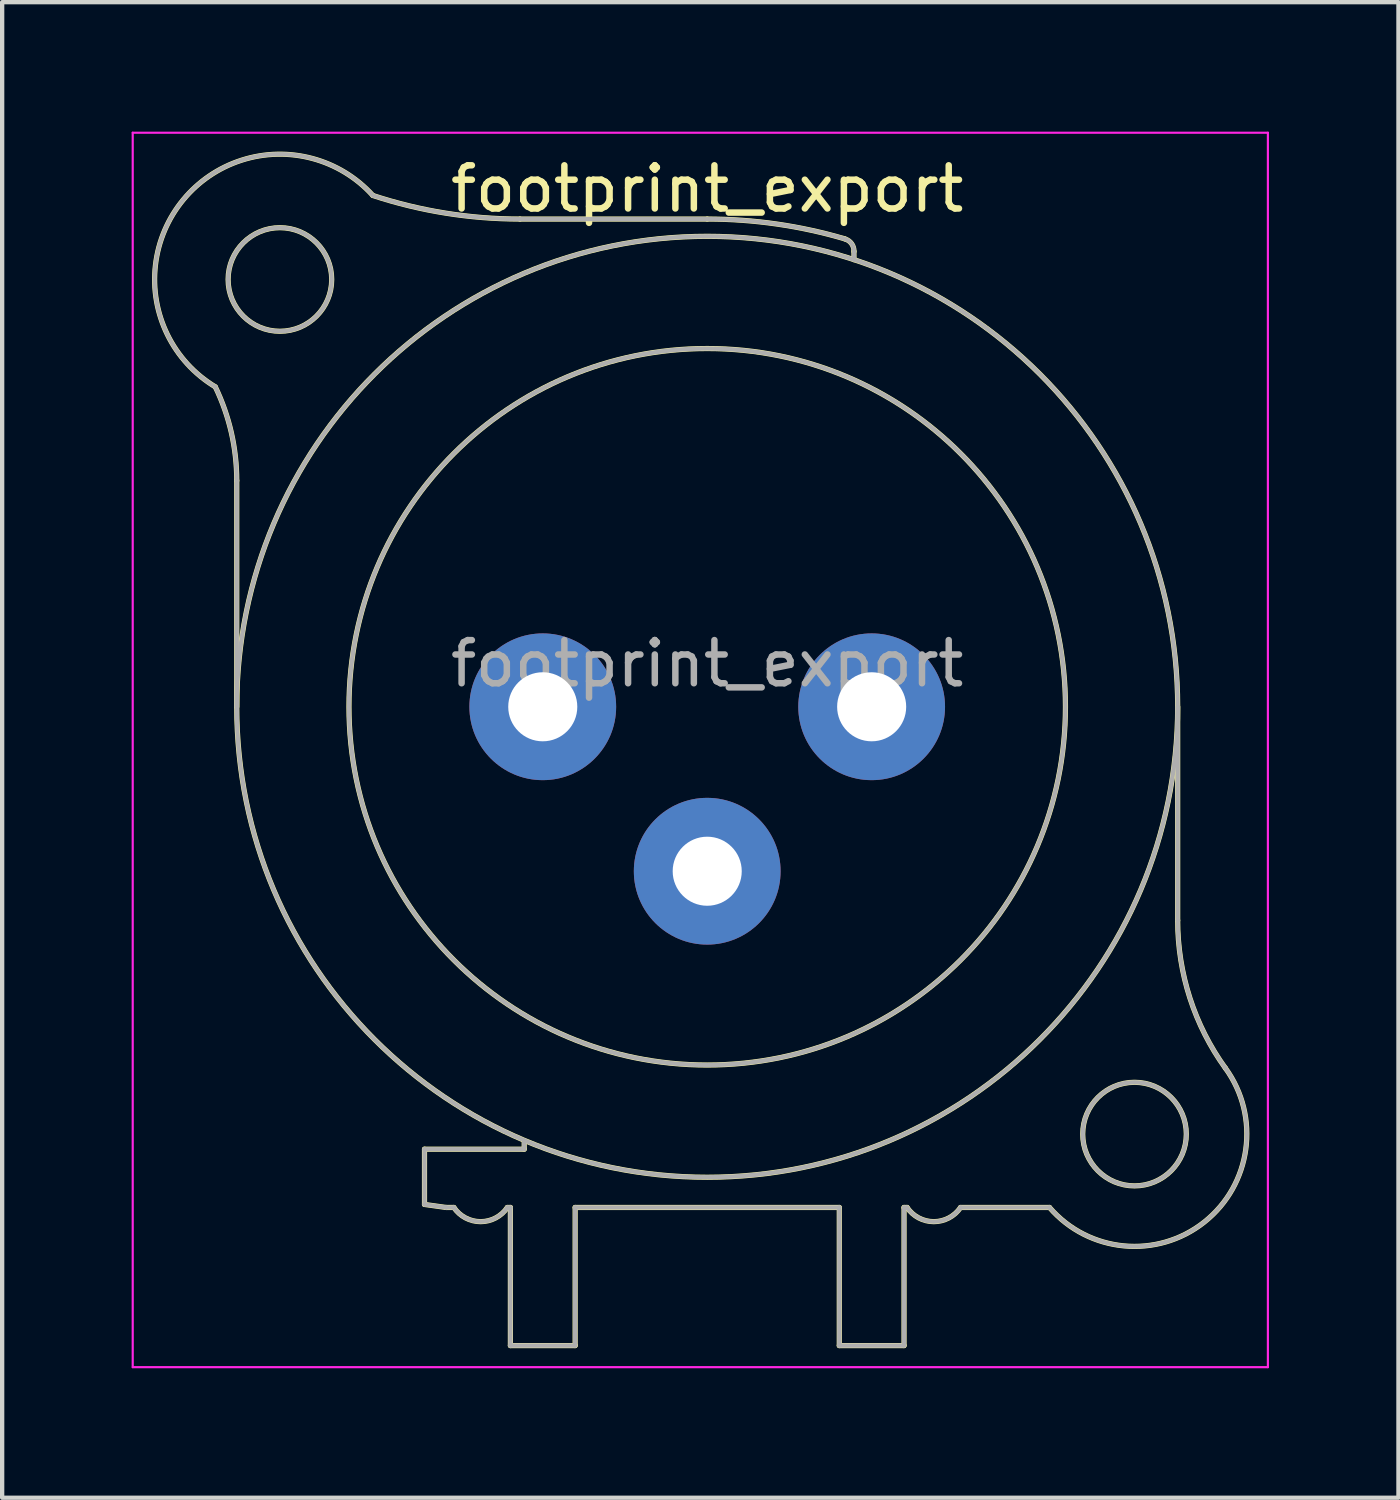
<source format=kicad_pcb>
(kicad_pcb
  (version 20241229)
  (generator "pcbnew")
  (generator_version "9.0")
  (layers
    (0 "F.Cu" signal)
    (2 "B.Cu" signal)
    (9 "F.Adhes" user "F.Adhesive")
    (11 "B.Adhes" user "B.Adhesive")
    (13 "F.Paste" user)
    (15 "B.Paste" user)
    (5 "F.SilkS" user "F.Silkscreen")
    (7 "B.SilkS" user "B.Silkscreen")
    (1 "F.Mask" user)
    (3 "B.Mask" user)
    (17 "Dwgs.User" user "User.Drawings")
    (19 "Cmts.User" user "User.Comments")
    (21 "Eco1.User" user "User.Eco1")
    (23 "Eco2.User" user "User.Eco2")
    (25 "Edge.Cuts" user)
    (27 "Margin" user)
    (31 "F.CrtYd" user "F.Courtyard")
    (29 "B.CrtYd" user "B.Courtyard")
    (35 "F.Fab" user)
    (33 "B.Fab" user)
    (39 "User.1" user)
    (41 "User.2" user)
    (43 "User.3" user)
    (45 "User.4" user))
  (footprint "footprint_export"
    (layer "F.Cu")
    (at 9.525 13.325)
    (property "Reference" "footprint_export" (at 3.81 -12 0) (layer "F.SilkS") (effects (font (size 1 1) (thickness 0.15))))
    (attr through_hole)
    (fp_line (start -7.09 -5.24) (end -7.09 0) (stroke (width 0.12) (type solid)) (layer "F.SilkS"))
    (fp_line (start -2.74 11.53) (end -2.74 10.25) (stroke (width 0.12) (type solid)) (layer "F.SilkS"))
    (fp_line (start -2.74 11.53) (end -2.24 11.6) (stroke (width 0.12) (type solid)) (layer "F.SilkS"))
    (fp_line (start -2.24 11.6) (end -2.06 11.6) (stroke (width 0.12) (type solid)) (layer "F.SilkS"))
    (fp_line (start -0.75 11.6) (end -0.82 11.6) (stroke (width 0.12) (type solid)) (layer "F.SilkS"))
    (fp_line (start -0.75 11.6) (end -0.75 14.8) (stroke (width 0.12) (type solid)) (layer "F.SilkS"))
    (fp_line (start -0.43 10.25) (end -2.74 10.25) (stroke (width 0.12) (type solid)) (layer "F.SilkS"))
    (fp_line (start -0.43 10.25) (end -0.43 10.05) (stroke (width 0.12) (type solid)) (layer "F.SilkS"))
    (fp_line (start 0.75 11.6) (end 0.75 14.8) (stroke (width 0.12) (type solid)) (layer "F.SilkS"))
    (fp_line (start 0.75 11.6) (end 6.87 11.6) (stroke (width 0.12) (type solid)) (layer "F.SilkS"))
    (fp_line (start 0.75 14.8) (end -0.75 14.8) (stroke (width 0.12) (type solid)) (layer "F.SilkS"))
    (fp_line (start 3.81 -11.3) (end -0.53 -11.3) (stroke (width 0.12) (type solid)) (layer "F.SilkS"))
    (fp_line (start 6.87 11.6) (end 6.87 14.8) (stroke (width 0.12) (type solid)) (layer "F.SilkS"))
    (fp_line (start 7.21 -10.36) (end 7.21 -10.55) (stroke (width 0.12) (type solid)) (layer "F.SilkS"))
    (fp_line (start 8.37 11.6) (end 8.37 14.8) (stroke (width 0.12) (type solid)) (layer "F.SilkS"))
    (fp_line (start 8.37 11.6) (end 8.44 11.6) (stroke (width 0.12) (type solid)) (layer "F.SilkS"))
    (fp_line (start 8.37 14.8) (end 6.87 14.8) (stroke (width 0.12) (type solid)) (layer "F.SilkS"))
    (fp_line (start 9.68 11.6) (end 11.74 11.6) (stroke (width 0.12) (type solid)) (layer "F.SilkS"))
    (fp_line (start 14.71 4.95) (end 14.71 0) (stroke (width 0.12) (type solid)) (layer "F.SilkS"))
    (fp_arc (start -7.588965 -7.414421) (mid -8.331551 -11.74403) (end -3.94 -11.85) (stroke (width 0.12) (type solid)) (layer "F.SilkS"))
    (fp_arc (start -7.584615 -7.408295) (mid -7.215222 -6.351997) (end -7.09 -5.24) (stroke (width 0.12) (type solid)) (layer "F.SilkS"))
    (fp_arc (start -0.820521 11.600769) (mid -1.440464 11.928866) (end -2.06 11.6) (stroke (width 0.12) (type solid)) (layer "F.SilkS"))
    (fp_arc (start -0.53 -11.3) (mid -2.253923 -11.43719) (end -3.934451 -11.845305) (stroke (width 0.12) (type solid)) (layer "F.SilkS"))
    (fp_arc (start 3.81 -11.3) (mid 5.421707 -11.184471) (end 7.000458 -10.840248) (stroke (width 0.12) (type solid)) (layer "F.SilkS"))
    (fp_arc (start 7.004232 -10.837678) (mid 7.156013 -10.728814) (end 7.21 -10.55) (stroke (width 0.12) (type solid)) (layer "F.SilkS"))
    (fp_arc (start 9.679479 11.600769) (mid 9.059536 11.928866) (end 8.44 11.6) (stroke (width 0.12) (type solid)) (layer "F.SilkS"))
    (fp_arc (start 15.815277 8.372002) (mid 14.993173 6.748036) (end 14.71 4.95) (stroke (width 0.12) (type solid)) (layer "F.SilkS"))
    (fp_arc (start 15.815343 8.370807) (mid 15.326014 11.93946) (end 11.74 11.6) (stroke (width 0.12) (type solid)) (layer "F.SilkS"))
    (fp_circle (center -6.09 -9.9) (end -4.89 -9.9) (stroke (width 0.12) (type solid)) (fill no) (layer "F.SilkS"))
    (fp_circle (center 3.81 0) (end 12.11 0) (stroke (width 0.12) (type solid)) (fill no) (layer "F.SilkS"))
    (fp_circle (center 3.81 0) (end 14.71 0) (stroke (width 0.12) (type solid)) (fill no) (layer "F.SilkS"))
    (fp_circle (center 13.71 9.9) (end 14.91 9.9) (stroke (width 0.12) (type solid)) (fill no) (layer "F.SilkS"))
    (fp_line (start -9.5 -13.3) (end 16.8 -13.3) (stroke (width 0.05) (type solid)) (layer "F.CrtYd"))
    (fp_line (start -9.5 15.3) (end -9.5 -13.3) (stroke (width 0.05) (type solid)) (layer "F.CrtYd"))
    (fp_line (start 16.8 -13.3) (end 16.8 15.3) (stroke (width 0.05) (type solid)) (layer "F.CrtYd"))
    (fp_line (start 16.8 15.3) (end -9.5 15.3) (stroke (width 0.05) (type solid)) (layer "F.CrtYd"))
    (fp_line (start -7.09 -5.24) (end -7.09 0) (stroke (width 0.1) (type solid)) (layer "F.Fab"))
    (fp_line (start -2.74 11.53) (end -2.74 10.25) (stroke (width 0.1) (type solid)) (layer "F.Fab"))
    (fp_line (start -2.74 11.53) (end -2.24 11.6) (stroke (width 0.1) (type solid)) (layer "F.Fab"))
    (fp_line (start -2.24 11.6) (end -2.06 11.6) (stroke (width 0.1) (type solid)) (layer "F.Fab"))
    (fp_line (start -0.75 11.6) (end -0.82 11.6) (stroke (width 0.1) (type solid)) (layer "F.Fab"))
    (fp_line (start -0.75 11.6) (end -0.75 14.8) (stroke (width 0.1) (type solid)) (layer "F.Fab"))
    (fp_line (start -0.43 10.25) (end -2.74 10.25) (stroke (width 0.1) (type solid)) (layer "F.Fab"))
    (fp_line (start -0.43 10.25) (end -0.43 10.05) (stroke (width 0.1) (type solid)) (layer "F.Fab"))
    (fp_line (start 0.75 11.6) (end 0.75 14.8) (stroke (width 0.1) (type solid)) (layer "F.Fab"))
    (fp_line (start 0.75 11.6) (end 6.87 11.6) (stroke (width 0.1) (type solid)) (layer "F.Fab"))
    (fp_line (start 0.75 14.8) (end -0.75 14.8) (stroke (width 0.1) (type solid)) (layer "F.Fab"))
    (fp_line (start 3.81 -11.3) (end -0.53 -11.3) (stroke (width 0.1) (type solid)) (layer "F.Fab"))
    (fp_line (start 6.87 11.6) (end 6.87 14.8) (stroke (width 0.1) (type solid)) (layer "F.Fab"))
    (fp_line (start 7.21 -10.36) (end 7.21 -10.55) (stroke (width 0.1) (type solid)) (layer "F.Fab"))
    (fp_line (start 8.37 11.6) (end 8.37 14.8) (stroke (width 0.1) (type solid)) (layer "F.Fab"))
    (fp_line (start 8.37 11.6) (end 8.44 11.6) (stroke (width 0.1) (type solid)) (layer "F.Fab"))
    (fp_line (start 8.37 14.8) (end 6.87 14.8) (stroke (width 0.1) (type solid)) (layer "F.Fab"))
    (fp_line (start 9.68 11.6) (end 11.74 11.6) (stroke (width 0.1) (type solid)) (layer "F.Fab"))
    (fp_line (start 14.71 4.95) (end 14.71 0) (stroke (width 0.1) (type solid)) (layer "F.Fab"))
    (fp_arc (start -7.588965 -7.414421) (mid -8.331551 -11.74403) (end -3.94 -11.85) (stroke (width 0.1) (type solid)) (layer "F.Fab"))
    (fp_arc (start -7.584615 -7.408295) (mid -7.215222 -6.351997) (end -7.09 -5.24) (stroke (width 0.1) (type solid)) (layer "F.Fab"))
    (fp_arc (start -0.820521 11.600769) (mid -1.440464 11.928866) (end -2.06 11.6) (stroke (width 0.1) (type solid)) (layer "F.Fab"))
    (fp_arc (start -0.53 -11.3) (mid -2.253923 -11.43719) (end -3.934451 -11.845305) (stroke (width 0.1) (type solid)) (layer "F.Fab"))
    (fp_arc (start 3.81 -11.3) (mid 5.421707 -11.184471) (end 7.000458 -10.840248) (stroke (width 0.1) (type solid)) (layer "F.Fab"))
    (fp_arc (start 7.004232 -10.837678) (mid 7.156013 -10.728814) (end 7.21 -10.55) (stroke (width 0.1) (type solid)) (layer "F.Fab"))
    (fp_arc (start 9.679479 11.600769) (mid 9.059536 11.928866) (end 8.44 11.6) (stroke (width 0.1) (type solid)) (layer "F.Fab"))
    (fp_arc (start 15.815277 8.372002) (mid 14.993173 6.748036) (end 14.71 4.95) (stroke (width 0.1) (type solid)) (layer "F.Fab"))
    (fp_arc (start 15.815343 8.370807) (mid 15.326014 11.93946) (end 11.74 11.6) (stroke (width 0.1) (type solid)) (layer "F.Fab"))
    (fp_circle (center -6.09 -9.9) (end -4.89 -9.9) (stroke (width 0.1) (type solid)) (fill no) (layer "F.Fab"))
    (fp_circle (center 3.81 0) (end 12.11 0) (stroke (width 0.1) (type solid)) (fill no) (layer "F.Fab"))
    (fp_circle (center 3.81 0) (end 14.71 0) (stroke (width 0.1) (type solid)) (fill no) (layer "F.Fab"))
    (fp_circle (center 13.71 9.9) (end 14.91 9.9) (stroke (width 0.1) (type solid)) (fill no) (layer "F.Fab"))
    (fp_text user "${REFERENCE}" (at 3.81 -1 0) (layer "F.Fab") (effects (font (size 1 1) (thickness 0.15))))
    (pad "1" thru_hole circle (at 0 0) (size 3.4 3.4) (drill 1.6) (layers "*.Cu" "*.Mask"))
    (pad "2" thru_hole circle (at 7.62 0) (size 3.4 3.4) (drill 1.6) (layers "*.Cu" "*.Mask"))
    (pad "3" thru_hole circle (at 3.81 3.81) (size 3.4 3.4) (drill 1.6) (layers "*.Cu" "*.Mask")))
  (gr_rect
    (start -3 -3)
    (end 29.35 31.65)
    (stroke (width 0.1) (type default))
    (fill no)
    (layer "Edge.Cuts")))
</source>
